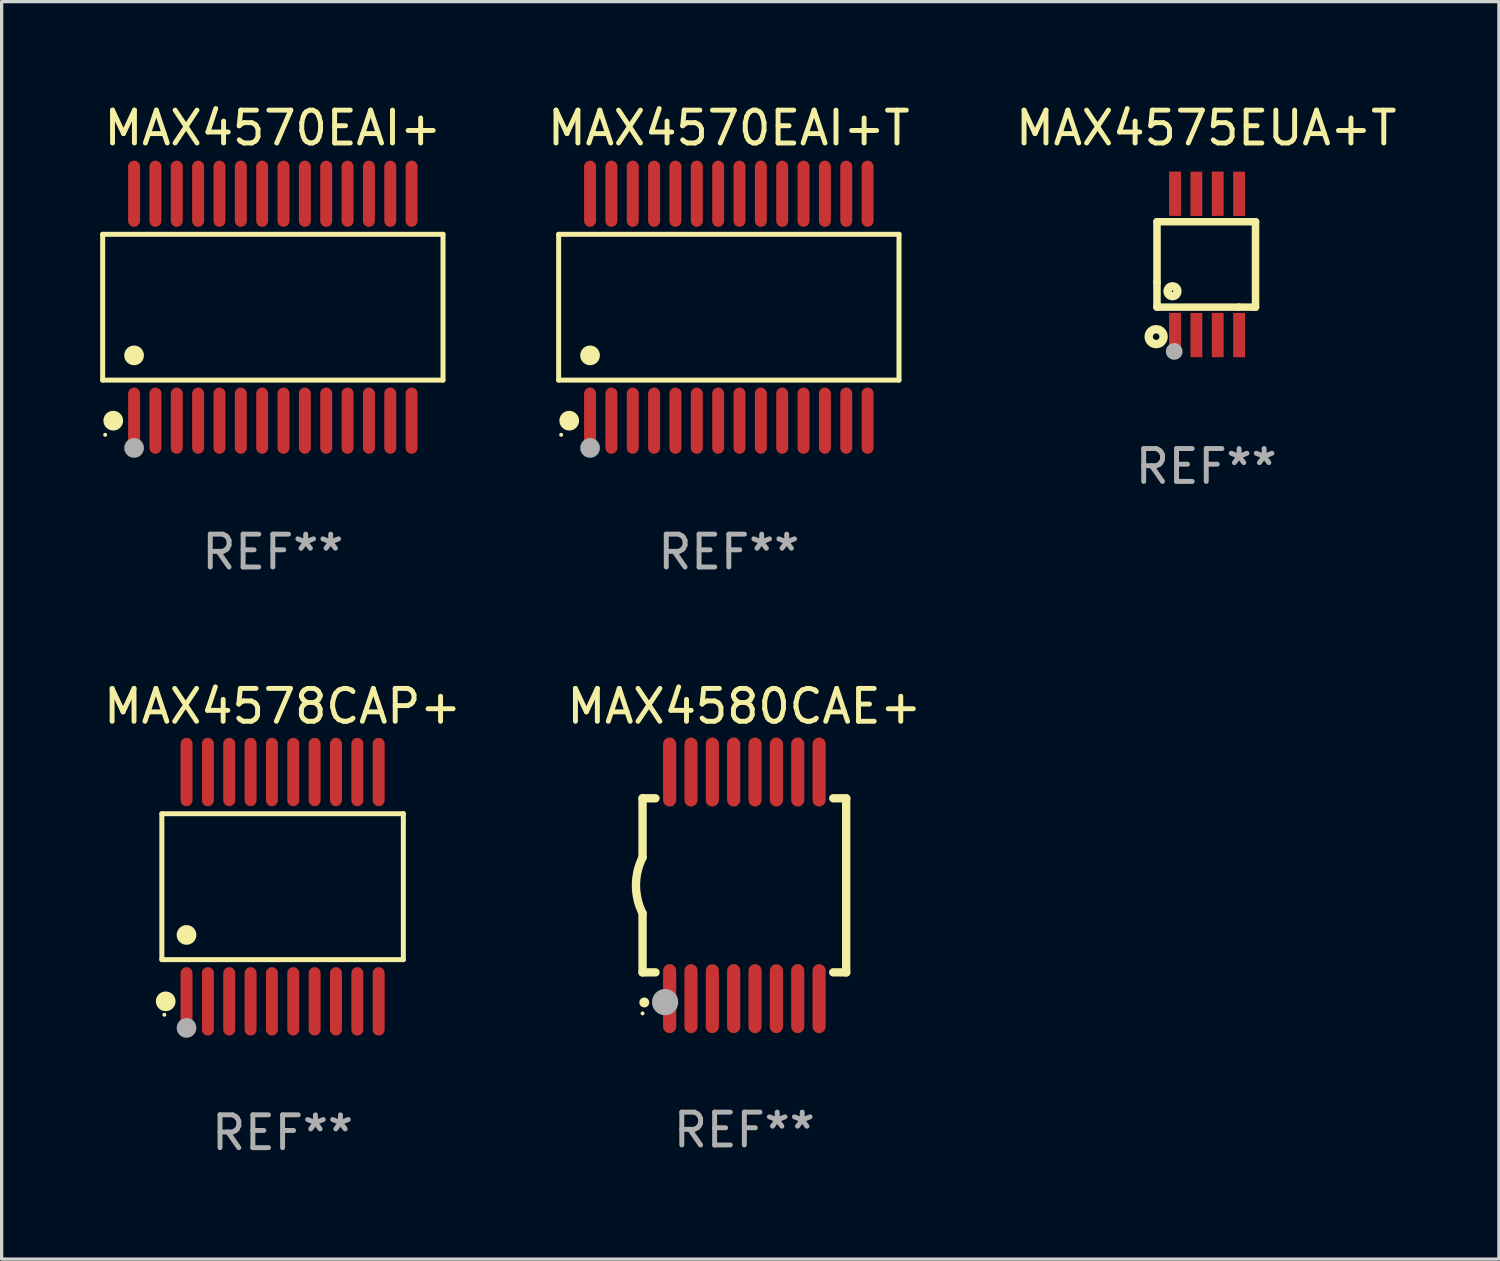
<source format=kicad_pcb>
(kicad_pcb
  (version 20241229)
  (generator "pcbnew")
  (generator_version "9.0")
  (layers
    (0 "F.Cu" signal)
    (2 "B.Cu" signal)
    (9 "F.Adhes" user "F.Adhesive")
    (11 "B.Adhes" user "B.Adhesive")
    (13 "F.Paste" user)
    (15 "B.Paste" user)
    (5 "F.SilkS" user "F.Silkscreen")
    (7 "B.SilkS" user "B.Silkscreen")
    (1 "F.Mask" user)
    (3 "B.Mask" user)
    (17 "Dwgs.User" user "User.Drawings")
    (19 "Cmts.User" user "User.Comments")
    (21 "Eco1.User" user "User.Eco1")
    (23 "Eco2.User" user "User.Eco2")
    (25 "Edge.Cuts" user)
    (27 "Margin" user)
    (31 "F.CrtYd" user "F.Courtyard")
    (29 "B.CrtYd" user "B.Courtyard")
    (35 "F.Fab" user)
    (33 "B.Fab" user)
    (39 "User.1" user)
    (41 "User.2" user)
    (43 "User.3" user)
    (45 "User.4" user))
  (footprint "MAX4580CAE+"
    (layer "F.Cu")
    (at 19.613 23.905)
    (property "Reference" "MAX4580CAE+" (at 0 -5.45 0) (layer "F.SilkS") (effects (font (size 1 1) (thickness 0.15))))
    (attr through_hole)
    (fp_line (start -3.1 -2.65) (end -3.1 -0.85) (stroke (width 0.254) (type solid)) (layer "F.SilkS"))
    (fp_line (start -3.1 -2.65) (end -2.706 -2.65) (stroke (width 0.254) (type solid)) (layer "F.SilkS"))
    (fp_line (start -3.1 2.65) (end -3.1 0.85) (stroke (width 0.254) (type solid)) (layer "F.SilkS"))
    (fp_line (start -3.1 2.65) (end -2.706 2.65) (stroke (width 0.254) (type solid)) (layer "F.SilkS"))
    (fp_line (start 2.706 -2.65) (end 3.1 -2.65) (stroke (width 0.254) (type solid)) (layer "F.SilkS"))
    (fp_line (start 2.706 2.65) (end 3.1 2.65) (stroke (width 0.254) (type solid)) (layer "F.SilkS"))
    (fp_line (start 3.1 -2.65) (end 3.1 2.65) (stroke (width 0.254) (type solid)) (layer "F.SilkS"))
    (fp_arc (start -3.098907 0.850902) (mid -3.300057 0.000523) (end -3.1 -0.850114) (stroke (width 0.254001) (type solid)) (layer "F.SilkS"))
    (fp_arc (start -3.048006 3.566066) (mid -3.046736 3.566061) (end -3.045466 3.566066) (stroke (width 0.3) (type solid)) (layer "F.SilkS"))
    (fp_circle (center -3.1 3.9) (end -3.07 3.9) (stroke (width 0.06) (type solid)) (fill no) (layer "F.SilkS"))
    (fp_circle (center -2.413 3.556) (end -2.213 3.556) (stroke (width 0.4) (type solid)) (fill no) (layer "F.Fab"))
    (fp_text user "REF**" (at 0 7.45 0) (layer "F.Fab") (effects (font (size 1 1) (thickness 0.15))))
    (pad "1" smd oval (at -2.275 3.45 180) (size 0.4 2.1) (layers "F.Cu" "F.Mask" "F.Paste"))
    (pad "2" smd oval (at -1.625 3.45 180) (size 0.4 2.1) (layers "F.Cu" "F.Mask" "F.Paste"))
    (pad "3" smd oval (at -0.975 3.45 180) (size 0.4 2.1) (layers "F.Cu" "F.Mask" "F.Paste"))
    (pad "4" smd oval (at -0.325 3.45 180) (size 0.4 2.1) (layers "F.Cu" "F.Mask" "F.Paste"))
    (pad "5" smd oval (at 0.325 3.45 180) (size 0.4 2.1) (layers "F.Cu" "F.Mask" "F.Paste"))
    (pad "6" smd oval (at 0.975 3.45 180) (size 0.4 2.1) (layers "F.Cu" "F.Mask" "F.Paste"))
    (pad "7" smd oval (at 1.625 3.45 180) (size 0.4 2.1) (layers "F.Cu" "F.Mask" "F.Paste"))
    (pad "8" smd oval (at 2.275 3.45 180) (size 0.4 2.1) (layers "F.Cu" "F.Mask" "F.Paste"))
    (pad "9" smd oval (at 2.275 -3.45 180) (size 0.4 2.1) (layers "F.Cu" "F.Mask" "F.Paste"))
    (pad "10" smd oval (at 1.625 -3.45 180) (size 0.4 2.1) (layers "F.Cu" "F.Mask" "F.Paste"))
    (pad "11" smd oval (at 0.975 -3.45 180) (size 0.4 2.1) (layers "F.Cu" "F.Mask" "F.Paste"))
    (pad "12" smd oval (at 0.325 -3.45 180) (size 0.4 2.1) (layers "F.Cu" "F.Mask" "F.Paste"))
    (pad "13" smd oval (at -0.325 -3.45 180) (size 0.4 2.1) (layers "F.Cu" "F.Mask" "F.Paste"))
    (pad "14" smd oval (at -0.975 -3.45 180) (size 0.4 2.1) (layers "F.Cu" "F.Mask" "F.Paste"))
    (pad "15" smd oval (at -1.625 -3.45 180) (size 0.4 2.1) (layers "F.Cu" "F.Mask" "F.Paste"))
    (pad "16" smd oval (at -2.275 -3.45 180) (size 0.4 2.1) (layers "F.Cu" "F.Mask" "F.Paste")))
  (footprint "MAX4570EAI+T"
    (layer "F.Cu")
    (at 19.14 6.303)
    (property "Reference" "MAX4570EAI+T" (at 0 -5.455 0) (layer "F.SilkS") (effects (font (size 1 1) (thickness 0.15))))
    (attr through_hole)
    (fp_line (start -5.181 -2.219) (end 5.181 -2.219) (stroke (width 0.152) (type solid)) (layer "F.SilkS"))
    (fp_line (start -5.181 2.219) (end -5.181 -2.219) (stroke (width 0.152) (type solid)) (layer "F.SilkS"))
    (fp_line (start 5.181 -2.219) (end 5.181 2.219) (stroke (width 0.152) (type solid)) (layer "F.SilkS"))
    (fp_line (start 5.181 2.219) (end -5.181 2.219) (stroke (width 0.152) (type solid)) (layer "F.SilkS"))
    (fp_circle (center -5.105 3.885) (end -5.075 3.885) (stroke (width 0.06) (type solid)) (fill no) (layer "F.SilkS"))
    (fp_circle (center -4.859 3.455) (end -4.709 3.455) (stroke (width 0.3) (type solid)) (fill no) (layer "F.SilkS"))
    (fp_circle (center -4.225 1.467) (end -4.075 1.467) (stroke (width 0.3) (type solid)) (fill no) (layer "F.SilkS"))
    (fp_circle (center -4.225 4.285) (end -4.075 4.285) (stroke (width 0.3) (type solid)) (fill no) (layer "F.Fab"))
    (fp_text user "REF**" (at 0 7.455 0) (layer "F.Fab") (effects (font (size 1 1) (thickness 0.15))))
    (pad "1" smd oval (at -4.225 3.455) (size 0.364 2.015) (layers "F.Cu" "F.Mask" "F.Paste"))
    (pad "2" smd oval (at -3.575 3.455) (size 0.364 2.015) (layers "F.Cu" "F.Mask" "F.Paste"))
    (pad "3" smd oval (at -2.925 3.455) (size 0.364 2.015) (layers "F.Cu" "F.Mask" "F.Paste"))
    (pad "4" smd oval (at -2.275 3.455) (size 0.364 2.015) (layers "F.Cu" "F.Mask" "F.Paste"))
    (pad "5" smd oval (at -1.625 3.455) (size 0.364 2.015) (layers "F.Cu" "F.Mask" "F.Paste"))
    (pad "6" smd oval (at -0.975 3.455) (size 0.364 2.015) (layers "F.Cu" "F.Mask" "F.Paste"))
    (pad "7" smd oval (at -0.325 3.455) (size 0.364 2.015) (layers "F.Cu" "F.Mask" "F.Paste"))
    (pad "8" smd oval (at 0.325 3.455) (size 0.364 2.015) (layers "F.Cu" "F.Mask" "F.Paste"))
    (pad "9" smd oval (at 0.975 3.455) (size 0.364 2.015) (layers "F.Cu" "F.Mask" "F.Paste"))
    (pad "10" smd oval (at 1.625 3.455) (size 0.364 2.015) (layers "F.Cu" "F.Mask" "F.Paste"))
    (pad "11" smd oval (at 2.275 3.455) (size 0.364 2.015) (layers "F.Cu" "F.Mask" "F.Paste"))
    (pad "12" smd oval (at 2.925 3.455) (size 0.364 2.015) (layers "F.Cu" "F.Mask" "F.Paste"))
    (pad "13" smd oval (at 3.575 3.455) (size 0.364 2.015) (layers "F.Cu" "F.Mask" "F.Paste"))
    (pad "14" smd oval (at 4.225 3.455) (size 0.364 2.015) (layers "F.Cu" "F.Mask" "F.Paste"))
    (pad "15" smd oval (at 4.225 -3.455) (size 0.364 2.015) (layers "F.Cu" "F.Mask" "F.Paste"))
    (pad "16" smd oval (at 3.575 -3.455) (size 0.364 2.015) (layers "F.Cu" "F.Mask" "F.Paste"))
    (pad "17" smd oval (at 2.925 -3.455) (size 0.364 2.015) (layers "F.Cu" "F.Mask" "F.Paste"))
    (pad "18" smd oval (at 2.275 -3.455) (size 0.364 2.015) (layers "F.Cu" "F.Mask" "F.Paste"))
    (pad "19" smd oval (at 1.625 -3.455) (size 0.364 2.015) (layers "F.Cu" "F.Mask" "F.Paste"))
    (pad "20" smd oval (at 0.975 -3.455) (size 0.364 2.015) (layers "F.Cu" "F.Mask" "F.Paste"))
    (pad "21" smd oval (at 0.325 -3.455) (size 0.364 2.015) (layers "F.Cu" "F.Mask" "F.Paste"))
    (pad "22" smd oval (at -0.325 -3.455) (size 0.364 2.015) (layers "F.Cu" "F.Mask" "F.Paste"))
    (pad "23" smd oval (at -0.975 -3.455) (size 0.364 2.015) (layers "F.Cu" "F.Mask" "F.Paste"))
    (pad "24" smd oval (at -1.625 -3.455) (size 0.364 2.015) (layers "F.Cu" "F.Mask" "F.Paste"))
    (pad "25" smd oval (at -2.275 -3.455) (size 0.364 2.015) (layers "F.Cu" "F.Mask" "F.Paste"))
    (pad "26" smd oval (at -2.925 -3.455) (size 0.364 2.015) (layers "F.Cu" "F.Mask" "F.Paste"))
    (pad "27" smd oval (at -3.575 -3.455) (size 0.364 2.015) (layers "F.Cu" "F.Mask" "F.Paste"))
    (pad "28" smd oval (at -4.225 -3.455) (size 0.364 2.015) (layers "F.Cu" "F.Mask" "F.Paste")))
  (footprint "MAX4575EUA+T"
    (layer "F.Cu")
    (at 33.676 5)
    (property "Reference" "MAX4575EUA+T" (at 0 -4.152 0) (layer "F.SilkS") (effects (font (size 1 1) (thickness 0.15))))
    (attr through_hole)
    (fp_line (start -1.5 1.301) (end 1 1.301) (stroke (width 0.229) (type solid)) (layer "F.SilkS"))
    (fp_line (start -1.5 -1.299) (end -1.5 0.551) (stroke (width 0.229) (type solid)) (layer "F.SilkS"))
    (fp_line (start -1.5 0.551) (end -1.5 1.301) (stroke (width 0.229) (type solid)) (layer "F.SilkS"))
    (fp_line (start 1 1.301) (end 1.5 1.301) (stroke (width 0.229) (type solid)) (layer "F.SilkS"))
    (fp_line (start 1.5 1.301) (end 1.5 -1.299) (stroke (width 0.229) (type solid)) (layer "F.SilkS"))
    (fp_line (start 1.5 -1.299) (end -1.5 -1.299) (stroke (width 0.229) (type solid)) (layer "F.SilkS"))
    (fp_circle (center -1.526 2.2) (end -1.426 2.2) (stroke (width 0.254) (type solid)) (fill no) (layer "F.SilkS"))
    (fp_circle (center -1.476 2.45) (end -1.446 2.45) (stroke (width 0.06) (type solid)) (fill no) (layer "F.SilkS"))
    (fp_circle (center -1.028 0.817) (end -0.878 0.817) (stroke (width 0.254) (type solid)) (fill no) (layer "F.SilkS"))
    (fp_circle (center -0.976 2.65) (end -0.849 2.65) (stroke (width 0.254) (type solid)) (fill no) (layer "F.Fab"))
    (fp_text user "REF**" (at 0 6.152 0) (layer "F.Fab") (effects (font (size 1 1) (thickness 0.15))))
    (pad "1" smd rect (at -0.951 2.15) (size 0.36 1.35) (layers "F.Cu" "F.Mask" "F.Paste"))
    (pad "2" smd rect (at -0.301 2.152) (size 0.36 1.35) (layers "F.Cu" "F.Mask" "F.Paste"))
    (pad "3" smd rect (at 0.349 2.151) (size 0.36 1.35) (layers "F.Cu" "F.Mask" "F.Paste"))
    (pad "4" smd rect (at 0.999 2.152) (size 0.36 1.35) (layers "F.Cu" "F.Mask" "F.Paste"))
    (pad "5" smd rect (at 0.999 -2.149) (size 0.36 1.35) (layers "F.Cu" "F.Mask" "F.Paste"))
    (pad "6" smd rect (at 0.349 -2.152) (size 0.36 1.35) (layers "F.Cu" "F.Mask" "F.Paste"))
    (pad "7" smd rect (at -0.301 -2.149) (size 0.36 1.35) (layers "F.Cu" "F.Mask" "F.Paste"))
    (pad "8" smd rect (at -0.951 -2.152) (size 0.36 1.35) (layers "F.Cu" "F.Mask" "F.Paste")))
  (footprint "MAX4570EAI+"
    (layer "F.Cu")
    (at 5.257 6.303)
    (property "Reference" "MAX4570EAI+" (at 0 -5.455 0) (layer "F.SilkS") (effects (font (size 1 1) (thickness 0.15))))
    (attr through_hole)
    (fp_line (start -5.181 -2.219) (end 5.181 -2.219) (stroke (width 0.152) (type solid)) (layer "F.SilkS"))
    (fp_line (start -5.181 2.219) (end -5.181 -2.219) (stroke (width 0.152) (type solid)) (layer "F.SilkS"))
    (fp_line (start 5.181 -2.219) (end 5.181 2.219) (stroke (width 0.152) (type solid)) (layer "F.SilkS"))
    (fp_line (start 5.181 2.219) (end -5.181 2.219) (stroke (width 0.152) (type solid)) (layer "F.SilkS"))
    (fp_circle (center -5.105 3.885) (end -5.075 3.885) (stroke (width 0.06) (type solid)) (fill no) (layer "F.SilkS"))
    (fp_circle (center -4.859 3.455) (end -4.709 3.455) (stroke (width 0.3) (type solid)) (fill no) (layer "F.SilkS"))
    (fp_circle (center -4.225 1.467) (end -4.075 1.467) (stroke (width 0.3) (type solid)) (fill no) (layer "F.SilkS"))
    (fp_circle (center -4.225 4.285) (end -4.075 4.285) (stroke (width 0.3) (type solid)) (fill no) (layer "F.Fab"))
    (fp_text user "REF**" (at 0 7.455 0) (layer "F.Fab") (effects (font (size 1 1) (thickness 0.15))))
    (pad "1" smd oval (at -4.225 3.455) (size 0.364 2.015) (layers "F.Cu" "F.Mask" "F.Paste"))
    (pad "2" smd oval (at -3.575 3.455) (size 0.364 2.015) (layers "F.Cu" "F.Mask" "F.Paste"))
    (pad "3" smd oval (at -2.925 3.455) (size 0.364 2.015) (layers "F.Cu" "F.Mask" "F.Paste"))
    (pad "4" smd oval (at -2.275 3.455) (size 0.364 2.015) (layers "F.Cu" "F.Mask" "F.Paste"))
    (pad "5" smd oval (at -1.625 3.455) (size 0.364 2.015) (layers "F.Cu" "F.Mask" "F.Paste"))
    (pad "6" smd oval (at -0.975 3.455) (size 0.364 2.015) (layers "F.Cu" "F.Mask" "F.Paste"))
    (pad "7" smd oval (at -0.325 3.455) (size 0.364 2.015) (layers "F.Cu" "F.Mask" "F.Paste"))
    (pad "8" smd oval (at 0.325 3.455) (size 0.364 2.015) (layers "F.Cu" "F.Mask" "F.Paste"))
    (pad "9" smd oval (at 0.975 3.455) (size 0.364 2.015) (layers "F.Cu" "F.Mask" "F.Paste"))
    (pad "10" smd oval (at 1.625 3.455) (size 0.364 2.015) (layers "F.Cu" "F.Mask" "F.Paste"))
    (pad "11" smd oval (at 2.275 3.455) (size 0.364 2.015) (layers "F.Cu" "F.Mask" "F.Paste"))
    (pad "12" smd oval (at 2.925 3.455) (size 0.364 2.015) (layers "F.Cu" "F.Mask" "F.Paste"))
    (pad "13" smd oval (at 3.575 3.455) (size 0.364 2.015) (layers "F.Cu" "F.Mask" "F.Paste"))
    (pad "14" smd oval (at 4.225 3.455) (size 0.364 2.015) (layers "F.Cu" "F.Mask" "F.Paste"))
    (pad "15" smd oval (at 4.225 -3.455) (size 0.364 2.015) (layers "F.Cu" "F.Mask" "F.Paste"))
    (pad "16" smd oval (at 3.575 -3.455) (size 0.364 2.015) (layers "F.Cu" "F.Mask" "F.Paste"))
    (pad "17" smd oval (at 2.925 -3.455) (size 0.364 2.015) (layers "F.Cu" "F.Mask" "F.Paste"))
    (pad "18" smd oval (at 2.275 -3.455) (size 0.364 2.015) (layers "F.Cu" "F.Mask" "F.Paste"))
    (pad "19" smd oval (at 1.625 -3.455) (size 0.364 2.015) (layers "F.Cu" "F.Mask" "F.Paste"))
    (pad "20" smd oval (at 0.975 -3.455) (size 0.364 2.015) (layers "F.Cu" "F.Mask" "F.Paste"))
    (pad "21" smd oval (at 0.325 -3.455) (size 0.364 2.015) (layers "F.Cu" "F.Mask" "F.Paste"))
    (pad "22" smd oval (at -0.325 -3.455) (size 0.364 2.015) (layers "F.Cu" "F.Mask" "F.Paste"))
    (pad "23" smd oval (at -0.975 -3.455) (size 0.364 2.015) (layers "F.Cu" "F.Mask" "F.Paste"))
    (pad "24" smd oval (at -1.625 -3.455) (size 0.364 2.015) (layers "F.Cu" "F.Mask" "F.Paste"))
    (pad "25" smd oval (at -2.275 -3.455) (size 0.364 2.015) (layers "F.Cu" "F.Mask" "F.Paste"))
    (pad "26" smd oval (at -2.925 -3.455) (size 0.364 2.015) (layers "F.Cu" "F.Mask" "F.Paste"))
    (pad "27" smd oval (at -3.575 -3.455) (size 0.364 2.015) (layers "F.Cu" "F.Mask" "F.Paste"))
    (pad "28" smd oval (at -4.225 -3.455) (size 0.364 2.015) (layers "F.Cu" "F.Mask" "F.Paste")))
  (footprint "MAX4578CAP+"
    (layer "F.Cu")
    (at 5.554 23.946)
    (property "Reference" "MAX4578CAP+" (at 0 -5.491 0) (layer "F.SilkS") (effects (font (size 1 1) (thickness 0.15))))
    (attr through_hole)
    (fp_line (start -3.676 -2.221) (end 3.676 -2.221) (stroke (width 0.152) (type solid)) (layer "F.SilkS"))
    (fp_line (start -3.676 2.221) (end -3.676 -2.221) (stroke (width 0.152) (type solid)) (layer "F.SilkS"))
    (fp_line (start 3.676 -2.221) (end 3.676 2.221) (stroke (width 0.152) (type solid)) (layer "F.SilkS"))
    (fp_line (start 3.676 2.221) (end -3.676 2.221) (stroke (width 0.152) (type solid)) (layer "F.SilkS"))
    (fp_circle (center -3.6 3.9) (end -3.57 3.9) (stroke (width 0.06) (type solid)) (fill no) (layer "F.SilkS"))
    (fp_circle (center -3.559 3.491) (end -3.409 3.491) (stroke (width 0.3) (type solid)) (fill no) (layer "F.SilkS"))
    (fp_circle (center -2.925 1.469) (end -2.775 1.469) (stroke (width 0.3) (type solid)) (fill no) (layer "F.SilkS"))
    (fp_circle (center -2.925 4.3) (end -2.775 4.3) (stroke (width 0.3) (type solid)) (fill no) (layer "F.Fab"))
    (fp_text user "REF**" (at 0 7.491 0) (layer "F.Fab") (effects (font (size 1 1) (thickness 0.15))))
    (pad "1" smd oval (at -2.925 3.491) (size 0.364 2.082) (layers "F.Cu" "F.Mask" "F.Paste"))
    (pad "2" smd oval (at -2.275 3.491) (size 0.364 2.082) (layers "F.Cu" "F.Mask" "F.Paste"))
    (pad "3" smd oval (at -1.625 3.491) (size 0.364 2.082) (layers "F.Cu" "F.Mask" "F.Paste"))
    (pad "4" smd oval (at -0.975 3.491) (size 0.364 2.082) (layers "F.Cu" "F.Mask" "F.Paste"))
    (pad "5" smd oval (at -0.325 3.491) (size 0.364 2.082) (layers "F.Cu" "F.Mask" "F.Paste"))
    (pad "6" smd oval (at 0.325 3.491) (size 0.364 2.082) (layers "F.Cu" "F.Mask" "F.Paste"))
    (pad "7" smd oval (at 0.975 3.491) (size 0.364 2.082) (layers "F.Cu" "F.Mask" "F.Paste"))
    (pad "8" smd oval (at 1.625 3.491) (size 0.364 2.082) (layers "F.Cu" "F.Mask" "F.Paste"))
    (pad "9" smd oval (at 2.275 3.491) (size 0.364 2.082) (layers "F.Cu" "F.Mask" "F.Paste"))
    (pad "10" smd oval (at 2.925 3.491) (size 0.364 2.082) (layers "F.Cu" "F.Mask" "F.Paste"))
    (pad "11" smd oval (at 2.925 -3.491) (size 0.364 2.082) (layers "F.Cu" "F.Mask" "F.Paste"))
    (pad "12" smd oval (at 2.275 -3.491) (size 0.364 2.082) (layers "F.Cu" "F.Mask" "F.Paste"))
    (pad "13" smd oval (at 1.625 -3.491) (size 0.364 2.082) (layers "F.Cu" "F.Mask" "F.Paste"))
    (pad "14" smd oval (at 0.975 -3.491) (size 0.364 2.082) (layers "F.Cu" "F.Mask" "F.Paste"))
    (pad "15" smd oval (at 0.325 -3.491) (size 0.364 2.082) (layers "F.Cu" "F.Mask" "F.Paste"))
    (pad "16" smd oval (at -0.325 -3.491) (size 0.364 2.082) (layers "F.Cu" "F.Mask" "F.Paste"))
    (pad "17" smd oval (at -0.975 -3.491) (size 0.364 2.082) (layers "F.Cu" "F.Mask" "F.Paste"))
    (pad "18" smd oval (at -1.625 -3.491) (size 0.364 2.082) (layers "F.Cu" "F.Mask" "F.Paste"))
    (pad "19" smd oval (at -2.275 -3.491) (size 0.364 2.082) (layers "F.Cu" "F.Mask" "F.Paste"))
    (pad "20" smd oval (at -2.925 -3.491) (size 0.364 2.082) (layers "F.Cu" "F.Mask" "F.Paste")))
  (gr_rect
    (start -3 -3)
    (end 42.586 35.285)
    (stroke (width 0.1) (type default))
    (fill no)
    (layer "Edge.Cuts")))
</source>
